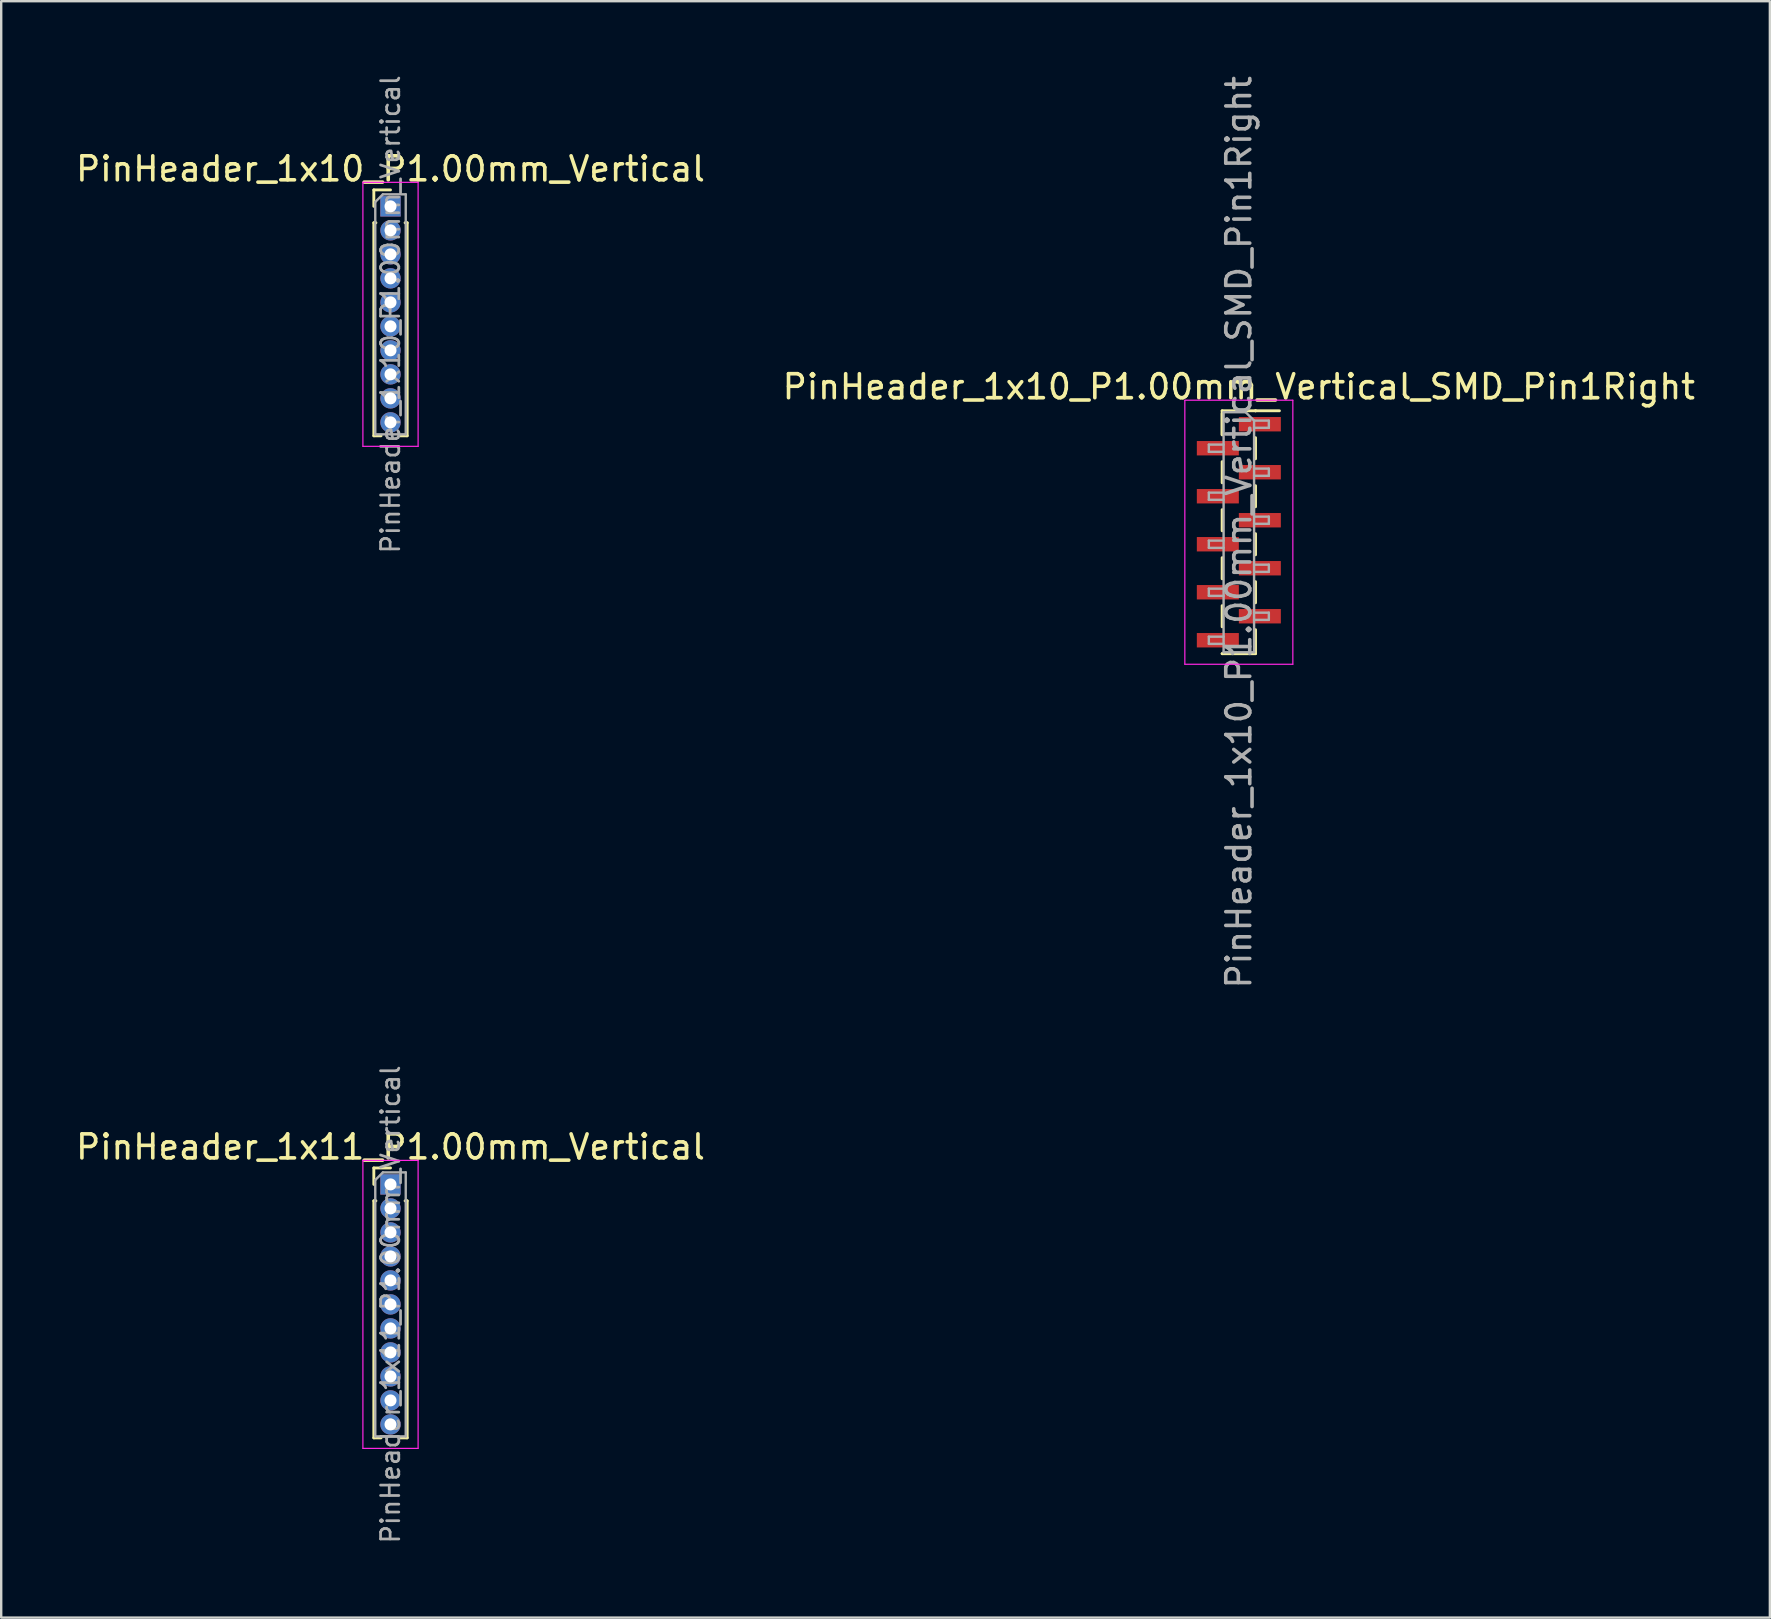
<source format=kicad_pcb>
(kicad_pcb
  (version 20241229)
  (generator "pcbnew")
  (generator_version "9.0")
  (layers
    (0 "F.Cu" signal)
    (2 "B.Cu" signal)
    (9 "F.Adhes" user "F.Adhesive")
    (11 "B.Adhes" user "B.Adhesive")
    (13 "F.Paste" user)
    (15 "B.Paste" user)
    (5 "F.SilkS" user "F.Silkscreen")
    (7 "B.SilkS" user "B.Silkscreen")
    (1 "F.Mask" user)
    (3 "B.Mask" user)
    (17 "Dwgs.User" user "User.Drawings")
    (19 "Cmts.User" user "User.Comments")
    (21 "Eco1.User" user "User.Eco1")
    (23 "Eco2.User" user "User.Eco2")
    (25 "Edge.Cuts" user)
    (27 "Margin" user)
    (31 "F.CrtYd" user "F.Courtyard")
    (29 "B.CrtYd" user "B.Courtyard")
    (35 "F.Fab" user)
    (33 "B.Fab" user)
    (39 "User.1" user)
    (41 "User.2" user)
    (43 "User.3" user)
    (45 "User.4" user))
  (footprint "PinHeader_1x10_P1.00mm_Vertical_SMD_Pin1Right"
    (layer "F.Cu")
    (at 48.565 19.125)
    (property "Reference" "PinHeader_1x10_P1.00mm_Vertical_SMD_Pin1Right" (at 0 -6.06 0) (layer "F.SilkS") (effects (font (size 1 1) (thickness 0.15))))
    (attr smd)
    (fp_line (start -0.695 -5.06) (end -0.695 -4.06) (stroke (width 0.12) (type solid)) (layer "F.SilkS"))
    (fp_line (start -0.695 -5.06) (end 0.695 -5.06) (stroke (width 0.12) (type solid)) (layer "F.SilkS"))
    (fp_line (start -0.695 -4.94) (end -0.695 -4.06) (stroke (width 0.12) (type solid)) (layer "F.SilkS"))
    (fp_line (start -0.695 -2.94) (end -0.695 -2.06) (stroke (width 0.12) (type solid)) (layer "F.SilkS"))
    (fp_line (start -0.695 -0.94) (end -0.695 -0.06) (stroke (width 0.12) (type solid)) (layer "F.SilkS"))
    (fp_line (start -0.695 1.06) (end -0.695 1.94) (stroke (width 0.12) (type solid)) (layer "F.SilkS"))
    (fp_line (start -0.695 3.06) (end -0.695 3.94) (stroke (width 0.12) (type solid)) (layer "F.SilkS"))
    (fp_line (start -0.695 5.06) (end -0.695 5.06) (stroke (width 0.12) (type solid)) (layer "F.SilkS"))
    (fp_line (start -0.695 5.06) (end 0.695 5.06) (stroke (width 0.12) (type solid)) (layer "F.SilkS"))
    (fp_line (start 0.695 -5.06) (end 0.695 -5.06) (stroke (width 0.12) (type solid)) (layer "F.SilkS"))
    (fp_line (start 0.695 -5.06) (end 1.69 -5.06) (stroke (width 0.12) (type solid)) (layer "F.SilkS"))
    (fp_line (start 0.695 -3.94) (end 0.695 -3.06) (stroke (width 0.12) (type solid)) (layer "F.SilkS"))
    (fp_line (start 0.695 -1.94) (end 0.695 -1.06) (stroke (width 0.12) (type solid)) (layer "F.SilkS"))
    (fp_line (start 0.695 0.06) (end 0.695 0.94) (stroke (width 0.12) (type solid)) (layer "F.SilkS"))
    (fp_line (start 0.695 2.06) (end 0.695 2.94) (stroke (width 0.12) (type solid)) (layer "F.SilkS"))
    (fp_line (start 0.695 4.06) (end 0.695 5.06) (stroke (width 0.12) (type solid)) (layer "F.SilkS"))
    (fp_line (start -2.25 -5.5) (end -2.25 5.5) (stroke (width 0.05) (type solid)) (layer "F.CrtYd"))
    (fp_line (start -2.25 5.5) (end 2.25 5.5) (stroke (width 0.05) (type solid)) (layer "F.CrtYd"))
    (fp_line (start 2.25 -5.5) (end -2.25 -5.5) (stroke (width 0.05) (type solid)) (layer "F.CrtYd"))
    (fp_line (start 2.25 5.5) (end 2.25 -5.5) (stroke (width 0.05) (type solid)) (layer "F.CrtYd"))
    (fp_line (start -1.25 -3.65) (end -1.25 -3.35) (stroke (width 0.1) (type solid)) (layer "F.Fab"))
    (fp_line (start -1.25 -3.35) (end -0.635 -3.35) (stroke (width 0.1) (type solid)) (layer "F.Fab"))
    (fp_line (start -1.25 -1.65) (end -1.25 -1.35) (stroke (width 0.1) (type solid)) (layer "F.Fab"))
    (fp_line (start -1.25 -1.35) (end -0.635 -1.35) (stroke (width 0.1) (type solid)) (layer "F.Fab"))
    (fp_line (start -1.25 0.35) (end -1.25 0.65) (stroke (width 0.1) (type solid)) (layer "F.Fab"))
    (fp_line (start -1.25 0.65) (end -0.635 0.65) (stroke (width 0.1) (type solid)) (layer "F.Fab"))
    (fp_line (start -1.25 2.35) (end -1.25 2.65) (stroke (width 0.1) (type solid)) (layer "F.Fab"))
    (fp_line (start -1.25 2.65) (end -0.635 2.65) (stroke (width 0.1) (type solid)) (layer "F.Fab"))
    (fp_line (start -1.25 4.35) (end -1.25 4.65) (stroke (width 0.1) (type solid)) (layer "F.Fab"))
    (fp_line (start -1.25 4.65) (end -0.635 4.65) (stroke (width 0.1) (type solid)) (layer "F.Fab"))
    (fp_line (start -0.635 -5) (end -0.635 5) (stroke (width 0.1) (type solid)) (layer "F.Fab"))
    (fp_line (start -0.635 -5) (end 0.285 -5) (stroke (width 0.1) (type solid)) (layer "F.Fab"))
    (fp_line (start -0.635 -3.65) (end -1.25 -3.65) (stroke (width 0.1) (type solid)) (layer "F.Fab"))
    (fp_line (start -0.635 -1.65) (end -1.25 -1.65) (stroke (width 0.1) (type solid)) (layer "F.Fab"))
    (fp_line (start -0.635 0.35) (end -1.25 0.35) (stroke (width 0.1) (type solid)) (layer "F.Fab"))
    (fp_line (start -0.635 2.35) (end -1.25 2.35) (stroke (width 0.1) (type solid)) (layer "F.Fab"))
    (fp_line (start -0.635 4.35) (end -1.25 4.35) (stroke (width 0.1) (type solid)) (layer "F.Fab"))
    (fp_line (start 0.635 -4.65) (end 0.285 -5) (stroke (width 0.1) (type solid)) (layer "F.Fab"))
    (fp_line (start 0.635 -4.65) (end 1.25 -4.65) (stroke (width 0.1) (type solid)) (layer "F.Fab"))
    (fp_line (start 0.635 -2.65) (end 1.25 -2.65) (stroke (width 0.1) (type solid)) (layer "F.Fab"))
    (fp_line (start 0.635 -0.65) (end 1.25 -0.65) (stroke (width 0.1) (type solid)) (layer "F.Fab"))
    (fp_line (start 0.635 1.35) (end 1.25 1.35) (stroke (width 0.1) (type solid)) (layer "F.Fab"))
    (fp_line (start 0.635 3.35) (end 1.25 3.35) (stroke (width 0.1) (type solid)) (layer "F.Fab"))
    (fp_line (start 0.635 5) (end -0.635 5) (stroke (width 0.1) (type solid)) (layer "F.Fab"))
    (fp_line (start 0.635 5) (end 0.635 -4.65) (stroke (width 0.1) (type solid)) (layer "F.Fab"))
    (fp_line (start 1.25 -4.65) (end 1.25 -4.35) (stroke (width 0.1) (type solid)) (layer "F.Fab"))
    (fp_line (start 1.25 -4.35) (end 0.635 -4.35) (stroke (width 0.1) (type solid)) (layer "F.Fab"))
    (fp_line (start 1.25 -2.65) (end 1.25 -2.35) (stroke (width 0.1) (type solid)) (layer "F.Fab"))
    (fp_line (start 1.25 -2.35) (end 0.635 -2.35) (stroke (width 0.1) (type solid)) (layer "F.Fab"))
    (fp_line (start 1.25 -0.65) (end 1.25 -0.35) (stroke (width 0.1) (type solid)) (layer "F.Fab"))
    (fp_line (start 1.25 -0.35) (end 0.635 -0.35) (stroke (width 0.1) (type solid)) (layer "F.Fab"))
    (fp_line (start 1.25 1.35) (end 1.25 1.65) (stroke (width 0.1) (type solid)) (layer "F.Fab"))
    (fp_line (start 1.25 1.65) (end 0.635 1.65) (stroke (width 0.1) (type solid)) (layer "F.Fab"))
    (fp_line (start 1.25 3.35) (end 1.25 3.65) (stroke (width 0.1) (type solid)) (layer "F.Fab"))
    (fp_line (start 1.25 3.65) (end 0.635 3.65) (stroke (width 0.1) (type solid)) (layer "F.Fab"))
    (fp_text user "${REFERENCE}" (at 0 0 90) (layer "F.Fab") (effects (font (size 1 1) (thickness 0.15))))
    (pad "1" smd rect (at 0.875 -4.5) (size 1.75 0.6) (layers "F.Cu" "F.Mask" "F.Paste"))
    (pad "2" smd rect (at -0.875 -3.5) (size 1.75 0.6) (layers "F.Cu" "F.Mask" "F.Paste"))
    (pad "3" smd rect (at 0.875 -2.5) (size 1.75 0.6) (layers "F.Cu" "F.Mask" "F.Paste"))
    (pad "4" smd rect (at -0.875 -1.5) (size 1.75 0.6) (layers "F.Cu" "F.Mask" "F.Paste"))
    (pad "5" smd rect (at 0.875 -0.5) (size 1.75 0.6) (layers "F.Cu" "F.Mask" "F.Paste"))
    (pad "6" smd rect (at -0.875 0.5) (size 1.75 0.6) (layers "F.Cu" "F.Mask" "F.Paste"))
    (pad "7" smd rect (at 0.875 1.5) (size 1.75 0.6) (layers "F.Cu" "F.Mask" "F.Paste"))
    (pad "8" smd rect (at -0.875 2.5) (size 1.75 0.6) (layers "F.Cu" "F.Mask" "F.Paste"))
    (pad "9" smd rect (at 0.875 3.5) (size 1.75 0.6) (layers "F.Cu" "F.Mask" "F.Paste"))
    (pad "10" smd rect (at -0.875 4.5) (size 1.75 0.6) (layers "F.Cu" "F.Mask" "F.Paste")))
  (footprint "PinHeader_1x10_P1.00mm_Vertical"
    (layer "F.Cu")
    (at 13.22 5.547)
    (property "Reference" "PinHeader_1x10_P1.00mm_Vertical" (at 0 -1.56 0) (layer "F.SilkS") (effects (font (size 1 1) (thickness 0.15))))
    (attr through_hole)
    (fp_line (start -0.695 -0.685) (end 0 -0.685) (stroke (width 0.12) (type solid)) (layer "F.SilkS"))
    (fp_line (start -0.695 0) (end -0.695 -0.685) (stroke (width 0.12) (type solid)) (layer "F.SilkS"))
    (fp_line (start -0.695 0.685) (end -0.695 9.56) (stroke (width 0.12) (type solid)) (layer "F.SilkS"))
    (fp_line (start -0.695 0.685) (end -0.608 0.685) (stroke (width 0.12) (type solid)) (layer "F.SilkS"))
    (fp_line (start -0.695 9.56) (end -0.394 9.56) (stroke (width 0.12) (type solid)) (layer "F.SilkS"))
    (fp_line (start 0.394 9.56) (end 0.695 9.56) (stroke (width 0.12) (type solid)) (layer "F.SilkS"))
    (fp_line (start 0.608 0.685) (end 0.695 0.685) (stroke (width 0.12) (type solid)) (layer "F.SilkS"))
    (fp_line (start 0.695 0.685) (end 0.695 9.56) (stroke (width 0.12) (type solid)) (layer "F.SilkS"))
    (fp_line (start -1.15 -1) (end -1.15 10) (stroke (width 0.05) (type solid)) (layer "F.CrtYd"))
    (fp_line (start -1.15 10) (end 1.15 10) (stroke (width 0.05) (type solid)) (layer "F.CrtYd"))
    (fp_line (start 1.15 -1) (end -1.15 -1) (stroke (width 0.05) (type solid)) (layer "F.CrtYd"))
    (fp_line (start 1.15 10) (end 1.15 -1) (stroke (width 0.05) (type solid)) (layer "F.CrtYd"))
    (fp_line (start -0.635 -0.182) (end -0.318 -0.5) (stroke (width 0.1) (type solid)) (layer "F.Fab"))
    (fp_line (start -0.635 9.5) (end -0.635 -0.182) (stroke (width 0.1) (type solid)) (layer "F.Fab"))
    (fp_line (start -0.318 -0.5) (end 0.635 -0.5) (stroke (width 0.1) (type solid)) (layer "F.Fab"))
    (fp_line (start 0.635 -0.5) (end 0.635 9.5) (stroke (width 0.1) (type solid)) (layer "F.Fab"))
    (fp_line (start 0.635 9.5) (end -0.635 9.5) (stroke (width 0.1) (type solid)) (layer "F.Fab"))
    (fp_text user "${REFERENCE}" (at 0 4.5 90) (layer "F.Fab") (effects (font (size 0.76 0.76) (thickness 0.114))))
    (pad "1" thru_hole rect (at 0 0) (size 0.85 0.85) (drill 0.5) (layers "*.Cu" "*.Mask"))
    (pad "2" thru_hole oval (at 0 1) (size 0.85 0.85) (drill 0.5) (layers "*.Cu" "*.Mask"))
    (pad "3" thru_hole oval (at 0 2) (size 0.85 0.85) (drill 0.5) (layers "*.Cu" "*.Mask"))
    (pad "4" thru_hole oval (at 0 3) (size 0.85 0.85) (drill 0.5) (layers "*.Cu" "*.Mask"))
    (pad "5" thru_hole oval (at 0 4) (size 0.85 0.85) (drill 0.5) (layers "*.Cu" "*.Mask"))
    (pad "6" thru_hole oval (at 0 5) (size 0.85 0.85) (drill 0.5) (layers "*.Cu" "*.Mask"))
    (pad "7" thru_hole oval (at 0 6) (size 0.85 0.85) (drill 0.5) (layers "*.Cu" "*.Mask"))
    (pad "8" thru_hole oval (at 0 7) (size 0.85 0.85) (drill 0.5) (layers "*.Cu" "*.Mask"))
    (pad "9" thru_hole oval (at 0 8) (size 0.85 0.85) (drill 0.5) (layers "*.Cu" "*.Mask"))
    (pad "10" thru_hole oval (at 0 9) (size 0.85 0.85) (drill 0.5) (layers "*.Cu" "*.Mask")))
  (footprint "PinHeader_1x11_P1.00mm_Vertical"
    (layer "F.Cu")
    (at 13.22 46.297)
    (property "Reference" "PinHeader_1x11_P1.00mm_Vertical" (at 0 -1.56 0) (layer "F.SilkS") (effects (font (size 1 1) (thickness 0.15))))
    (attr through_hole)
    (fp_line (start -0.695 -0.685) (end 0 -0.685) (stroke (width 0.12) (type solid)) (layer "F.SilkS"))
    (fp_line (start -0.695 0) (end -0.695 -0.685) (stroke (width 0.12) (type solid)) (layer "F.SilkS"))
    (fp_line (start -0.695 0.685) (end -0.695 10.56) (stroke (width 0.12) (type solid)) (layer "F.SilkS"))
    (fp_line (start -0.695 0.685) (end -0.608 0.685) (stroke (width 0.12) (type solid)) (layer "F.SilkS"))
    (fp_line (start -0.695 10.56) (end -0.394 10.56) (stroke (width 0.12) (type solid)) (layer "F.SilkS"))
    (fp_line (start 0.394 10.56) (end 0.695 10.56) (stroke (width 0.12) (type solid)) (layer "F.SilkS"))
    (fp_line (start 0.608 0.685) (end 0.695 0.685) (stroke (width 0.12) (type solid)) (layer "F.SilkS"))
    (fp_line (start 0.695 0.685) (end 0.695 10.56) (stroke (width 0.12) (type solid)) (layer "F.SilkS"))
    (fp_line (start -1.15 -1) (end -1.15 11) (stroke (width 0.05) (type solid)) (layer "F.CrtYd"))
    (fp_line (start -1.15 11) (end 1.15 11) (stroke (width 0.05) (type solid)) (layer "F.CrtYd"))
    (fp_line (start 1.15 -1) (end -1.15 -1) (stroke (width 0.05) (type solid)) (layer "F.CrtYd"))
    (fp_line (start 1.15 11) (end 1.15 -1) (stroke (width 0.05) (type solid)) (layer "F.CrtYd"))
    (fp_line (start -0.635 -0.182) (end -0.318 -0.5) (stroke (width 0.1) (type solid)) (layer "F.Fab"))
    (fp_line (start -0.635 10.5) (end -0.635 -0.182) (stroke (width 0.1) (type solid)) (layer "F.Fab"))
    (fp_line (start -0.318 -0.5) (end 0.635 -0.5) (stroke (width 0.1) (type solid)) (layer "F.Fab"))
    (fp_line (start 0.635 -0.5) (end 0.635 10.5) (stroke (width 0.1) (type solid)) (layer "F.Fab"))
    (fp_line (start 0.635 10.5) (end -0.635 10.5) (stroke (width 0.1) (type solid)) (layer "F.Fab"))
    (fp_text user "${REFERENCE}" (at 0 5 90) (layer "F.Fab") (effects (font (size 0.76 0.76) (thickness 0.114))))
    (pad "1" thru_hole rect (at 0 0) (size 0.85 0.85) (drill 0.5) (layers "*.Cu" "*.Mask"))
    (pad "2" thru_hole oval (at 0 1) (size 0.85 0.85) (drill 0.5) (layers "*.Cu" "*.Mask"))
    (pad "3" thru_hole oval (at 0 2) (size 0.85 0.85) (drill 0.5) (layers "*.Cu" "*.Mask"))
    (pad "4" thru_hole oval (at 0 3) (size 0.85 0.85) (drill 0.5) (layers "*.Cu" "*.Mask"))
    (pad "5" thru_hole oval (at 0 4) (size 0.85 0.85) (drill 0.5) (layers "*.Cu" "*.Mask"))
    (pad "6" thru_hole oval (at 0 5) (size 0.85 0.85) (drill 0.5) (layers "*.Cu" "*.Mask"))
    (pad "7" thru_hole oval (at 0 6) (size 0.85 0.85) (drill 0.5) (layers "*.Cu" "*.Mask"))
    (pad "8" thru_hole oval (at 0 7) (size 0.85 0.85) (drill 0.5) (layers "*.Cu" "*.Mask"))
    (pad "9" thru_hole oval (at 0 8) (size 0.85 0.85) (drill 0.5) (layers "*.Cu" "*.Mask"))
    (pad "10" thru_hole oval (at 0 9) (size 0.85 0.85) (drill 0.5) (layers "*.Cu" "*.Mask"))
    (pad "11" thru_hole oval (at 0 10) (size 0.85 0.85) (drill 0.5) (layers "*.Cu" "*.Mask")))
  (gr_rect
    (start -3 -3)
    (end 70.69 64.345)
    (stroke (width 0.1) (type default))
    (fill no)
    (layer "Edge.Cuts")))
</source>
